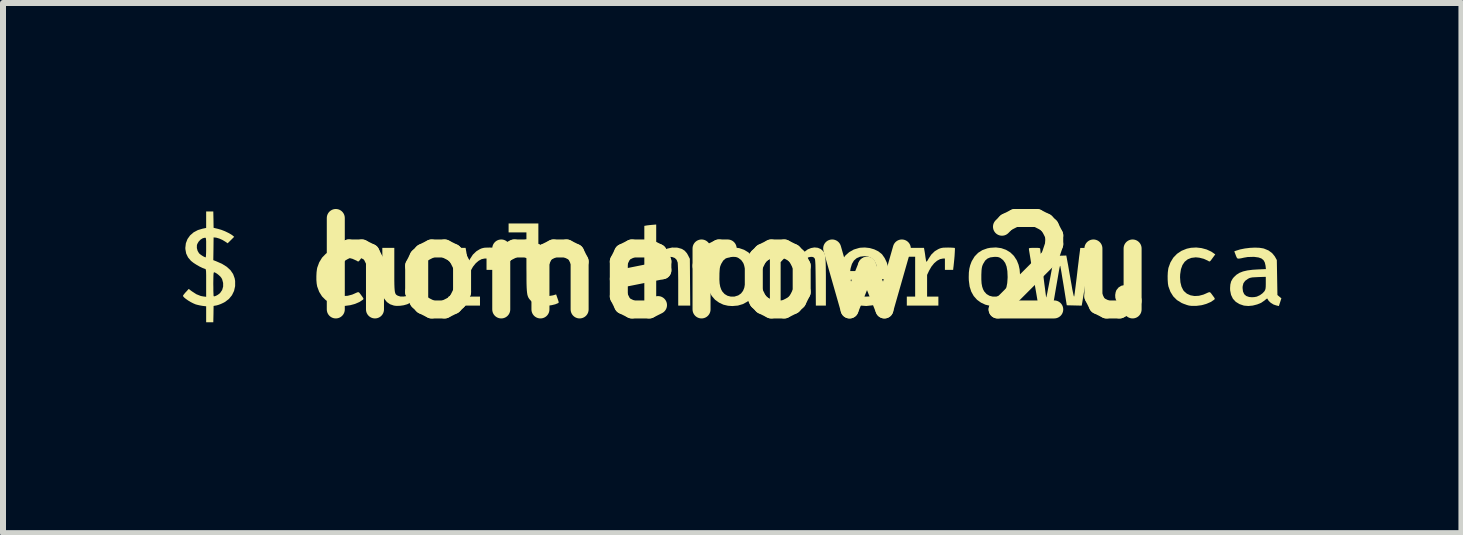
<source format=kicad_pcb>
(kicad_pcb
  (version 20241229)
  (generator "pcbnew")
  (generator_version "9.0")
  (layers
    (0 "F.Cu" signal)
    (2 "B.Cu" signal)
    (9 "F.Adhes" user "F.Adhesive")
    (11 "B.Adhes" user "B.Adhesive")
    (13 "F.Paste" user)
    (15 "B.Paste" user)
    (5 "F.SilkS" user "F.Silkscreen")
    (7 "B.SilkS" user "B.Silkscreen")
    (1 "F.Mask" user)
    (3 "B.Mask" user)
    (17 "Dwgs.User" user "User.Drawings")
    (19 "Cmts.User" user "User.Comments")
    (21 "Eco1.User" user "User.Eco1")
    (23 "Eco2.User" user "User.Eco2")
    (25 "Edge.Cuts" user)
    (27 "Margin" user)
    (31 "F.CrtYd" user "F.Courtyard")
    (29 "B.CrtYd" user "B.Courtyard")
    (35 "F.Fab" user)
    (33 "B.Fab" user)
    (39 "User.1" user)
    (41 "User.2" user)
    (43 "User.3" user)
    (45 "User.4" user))
  (footprint "homerow 2u"
    (layer "F.Cu")
    (at 9.187 1.418)
    (property "Reference" "homerow 2u" (at 0 0 0) (layer "F.SilkS") (effects (font (size 1.524 1.524) (thickness 0.3))))
    (attr board_only exclude_from_pos_files exclude_from_bom)
    (fp_poly (pts (xy 6.576 0.292) (xy 6.624 0.317) (xy 6.66 0.356) (xy 6.682 0.406) (xy 6.687 0.456) (xy 6.679 0.514) (xy 6.655 0.563) (xy 6.618 0.6) (xy 6.571 0.624) (xy 6.518 0.633) (xy 6.465 0.625) (xy 6.432 0.607) (xy 6.397 0.578) (xy 6.37 0.544) (xy 6.364 0.534) (xy 6.352 0.495) (xy 6.35 0.448) (xy 6.358 0.401) (xy 6.37 0.368) (xy 6.406 0.323) (xy 6.451 0.295) (xy 6.507 0.283) (xy 6.519 0.283)) (stroke (width 0) (type solid)) (fill yes) (layer "F.SilkS"))
    (fp_poly (pts (xy -1.3 -0.206) (xy -1.26 -0.242) (xy -1.193 -0.291) (xy -1.116 -0.324) (xy -1.036 -0.342) (xy -0.956 -0.341) (xy -0.941 -0.339) (xy -0.877 -0.321) (xy -0.827 -0.291) (xy -0.788 -0.247) (xy -0.769 -0.213) (xy -0.739 -0.154) (xy -0.736 0.236) (xy -0.733 0.625) (xy -0.933 0.625) (xy -0.933 0.285) (xy -0.933 0.203) (xy -0.934 0.126) (xy -0.935 0.056) (xy -0.937 -0.003) (xy -0.939 -0.05) (xy -0.941 -0.082) (xy -0.942 -0.093) (xy -0.96 -0.138) (xy -0.99 -0.168) (xy -1.034 -0.184) (xy -1.055 -0.186) (xy -1.106 -0.186) (xy -1.149 -0.176) (xy -1.192 -0.152) (xy -1.239 -0.114) (xy -1.241 -0.112) (xy -1.3 -0.057) (xy -1.3 0.625) (xy -1.498 0.625) (xy -1.498 -0.703) (xy -1.471 -0.708) (xy -1.447 -0.712) (xy -1.412 -0.716) (xy -1.372 -0.72) (xy -1.3 -0.726)) (stroke (width 0) (type solid)) (fill yes) (layer "F.SilkS"))
    (fp_poly (pts (xy -4.032 -0.341) (xy -3.995 -0.339) (xy -3.971 -0.337) (xy -3.963 -0.335) (xy -3.961 -0.323) (xy -3.962 -0.295) (xy -3.964 -0.254) (xy -3.967 -0.203) (xy -3.972 -0.147) (xy -3.978 -0.088) (xy -3.984 -0.03) (xy -3.985 -0.017) (xy -3.991 0.03) (xy -4.128 0.03) (xy -4.128 -0.159) (xy -4.159 -0.159) (xy -4.209 -0.149) (xy -4.259 -0.122) (xy -4.308 -0.08) (xy -4.353 -0.024) (xy -4.391 0.042) (xy -4.425 0.114) (xy -4.425 0.476) (xy -4.237 0.476) (xy -4.237 0.625) (xy -4.763 0.625) (xy -4.763 0.476) (xy -4.624 0.476) (xy -4.624 -0.189) (xy -4.763 -0.189) (xy -4.763 -0.337) (xy -4.477 -0.337) (xy -4.466 -0.275) (xy -4.459 -0.231) (xy -4.452 -0.185) (xy -4.449 -0.161) (xy -4.444 -0.131) (xy -4.439 -0.11) (xy -4.436 -0.105) (xy -4.428 -0.111) (xy -4.415 -0.13) (xy -4.401 -0.155) (xy -4.355 -0.225) (xy -4.296 -0.281) (xy -4.238 -0.316) (xy -4.21 -0.328) (xy -4.184 -0.335) (xy -4.155 -0.34) (xy -4.117 -0.341) (xy -4.076 -0.342)) (stroke (width 0) (type solid)) (fill yes) (layer "F.SilkS"))
    (fp_poly (pts (xy 3.608 -0.341) (xy 3.645 -0.339) (xy 3.669 -0.337) (xy 3.677 -0.335) (xy 3.679 -0.323) (xy 3.678 -0.295) (xy 3.676 -0.254) (xy 3.673 -0.203) (xy 3.668 -0.147) (xy 3.662 -0.088) (xy 3.656 -0.03) (xy 3.654 -0.017) (xy 3.649 0.03) (xy 3.512 0.03) (xy 3.512 -0.159) (xy 3.481 -0.159) (xy 3.431 -0.149) (xy 3.381 -0.122) (xy 3.332 -0.08) (xy 3.287 -0.024) (xy 3.249 0.042) (xy 3.215 0.114) (xy 3.215 0.476) (xy 3.403 0.476) (xy 3.403 0.625) (xy 2.877 0.625) (xy 2.877 0.476) (xy 3.016 0.476) (xy 3.016 -0.189) (xy 2.877 -0.189) (xy 2.877 -0.337) (xy 3.163 -0.337) (xy 3.174 -0.275) (xy 3.181 -0.231) (xy 3.187 -0.185) (xy 3.191 -0.161) (xy 3.196 -0.131) (xy 3.201 -0.11) (xy 3.204 -0.105) (xy 3.211 -0.111) (xy 3.225 -0.13) (xy 3.239 -0.155) (xy 3.285 -0.225) (xy 3.343 -0.281) (xy 3.402 -0.316) (xy 3.43 -0.328) (xy 3.455 -0.335) (xy 3.485 -0.34) (xy 3.523 -0.341) (xy 3.564 -0.342)) (stroke (width 0) (type solid)) (fill yes) (layer "F.SilkS"))
    (fp_poly (pts (xy -5.665 0.025) (xy -5.665 0.126) (xy -5.665 0.208) (xy -5.664 0.274) (xy -5.662 0.327) (xy -5.659 0.367) (xy -5.655 0.397) (xy -5.649 0.419) (xy -5.641 0.435) (xy -5.631 0.446) (xy -5.619 0.454) (xy -5.606 0.461) (xy -5.565 0.474) (xy -5.514 0.475) (xy -5.463 0.467) (xy -5.428 0.454) (xy -5.395 0.434) (xy -5.359 0.407) (xy -5.341 0.39) (xy -5.298 0.348) (xy -5.298 -0.337) (xy -5.1 -0.337) (xy -5.1 0.625) (xy -5.278 0.625) (xy -5.278 0.587) (xy -5.28 0.552) (xy -5.284 0.519) (xy -5.285 0.517) (xy -5.291 0.486) (xy -5.344 0.535) (xy -5.386 0.568) (xy -5.43 0.594) (xy -5.452 0.604) (xy -5.509 0.62) (xy -5.573 0.629) (xy -5.634 0.63) (xy -5.672 0.625) (xy -5.736 0.603) (xy -5.789 0.566) (xy -5.831 0.513) (xy -5.84 0.496) (xy -5.845 0.486) (xy -5.849 0.474) (xy -5.852 0.458) (xy -5.854 0.436) (xy -5.856 0.405) (xy -5.858 0.365) (xy -5.859 0.313) (xy -5.86 0.247) (xy -5.861 0.165) (xy -5.862 0.065) (xy -5.862 0.062) (xy -5.865 -0.337) (xy -5.665 -0.337)) (stroke (width 0) (type solid)) (fill yes) (layer "F.SilkS"))
    (fp_poly (pts (xy -3.264 -0.176) (xy -3.264 -0.052) (xy -3.264 0.053) (xy -3.264 0.142) (xy -3.263 0.215) (xy -3.262 0.274) (xy -3.26 0.322) (xy -3.258 0.359) (xy -3.254 0.387) (xy -3.25 0.407) (xy -3.244 0.422) (xy -3.237 0.432) (xy -3.228 0.439) (xy -3.217 0.445) (xy -3.205 0.451) (xy -3.205 0.452) (xy -3.171 0.461) (xy -3.126 0.466) (xy -3.076 0.464) (xy -3.028 0.456) (xy -3.014 0.453) (xy -2.968 0.439) (xy -2.944 0.508) (xy -2.932 0.543) (xy -2.926 0.564) (xy -2.926 0.576) (xy -2.932 0.583) (xy -2.939 0.586) (xy -2.983 0.604) (xy -3.041 0.618) (xy -3.104 0.627) (xy -3.167 0.631) (xy -3.222 0.628) (xy -3.241 0.625) (xy -3.312 0.601) (xy -3.374 0.559) (xy -3.396 0.537) (xy -3.41 0.521) (xy -3.422 0.505) (xy -3.432 0.488) (xy -3.44 0.468) (xy -3.447 0.444) (xy -3.452 0.413) (xy -3.456 0.374) (xy -3.459 0.325) (xy -3.461 0.265) (xy -3.462 0.191) (xy -3.462 0.103) (xy -3.463 -0.003) (xy -3.463 -0.101) (xy -3.463 -0.595) (xy -3.76 -0.595) (xy -3.76 -0.744) (xy -3.264 -0.744)) (stroke (width 0) (type solid)) (fill yes) (layer "F.SilkS"))
    (fp_poly (pts (xy -6.399 -0.333) (xy -6.314 -0.31) (xy -6.238 -0.275) (xy -6.212 -0.257) (xy -6.171 -0.228) (xy -6.201 -0.186) (xy -6.228 -0.149) (xy -6.246 -0.125) (xy -6.258 -0.113) (xy -6.267 -0.11) (xy -6.278 -0.113) (xy -6.291 -0.122) (xy -6.293 -0.123) (xy -6.362 -0.154) (xy -6.436 -0.173) (xy -6.496 -0.179) (xy -6.568 -0.17) (xy -6.63 -0.146) (xy -6.679 -0.106) (xy -6.717 -0.051) (xy -6.742 0.019) (xy -6.755 0.104) (xy -6.757 0.153) (xy -6.751 0.237) (xy -6.733 0.31) (xy -6.705 0.368) (xy -6.692 0.385) (xy -6.643 0.427) (xy -6.584 0.454) (xy -6.516 0.466) (xy -6.443 0.462) (xy -6.367 0.442) (xy -6.332 0.427) (xy -6.299 0.412) (xy -6.277 0.403) (xy -6.261 0.402) (xy -6.247 0.412) (xy -6.23 0.434) (xy -6.205 0.468) (xy -6.202 0.472) (xy -6.185 0.497) (xy -6.179 0.512) (xy -6.182 0.521) (xy -6.189 0.528) (xy -6.247 0.566) (xy -6.319 0.597) (xy -6.4 0.619) (xy -6.484 0.63) (xy -6.566 0.63) (xy -6.608 0.625) (xy -6.645 0.615) (xy -6.689 0.599) (xy -6.732 0.581) (xy -6.734 0.58) (xy -6.809 0.533) (xy -6.87 0.472) (xy -6.917 0.397) (xy -6.95 0.308) (xy -6.951 0.305) (xy -6.959 0.258) (xy -6.964 0.199) (xy -6.964 0.134) (xy -6.961 0.071) (xy -6.954 0.016) (xy -6.95 -0.005) (xy -6.917 -0.095) (xy -6.869 -0.174) (xy -6.807 -0.238) (xy -6.732 -0.288) (xy -6.645 -0.323) (xy -6.575 -0.338) (xy -6.488 -0.343)) (stroke (width 0) (type solid)) (fill yes) (layer "F.SilkS"))
    (fp_poly (pts (xy 7.789 -0.333) (xy 7.874 -0.31) (xy 7.95 -0.275) (xy 7.977 -0.257) (xy 8.018 -0.228) (xy 7.987 -0.186) (xy 7.96 -0.149) (xy 7.942 -0.125) (xy 7.93 -0.113) (xy 7.921 -0.11) (xy 7.911 -0.113) (xy 7.897 -0.122) (xy 7.895 -0.123) (xy 7.827 -0.154) (xy 7.752 -0.173) (xy 7.693 -0.179) (xy 7.62 -0.17) (xy 7.559 -0.146) (xy 7.509 -0.106) (xy 7.471 -0.051) (xy 7.446 0.019) (xy 7.433 0.104) (xy 7.431 0.153) (xy 7.437 0.237) (xy 7.455 0.31) (xy 7.484 0.368) (xy 7.497 0.385) (xy 7.545 0.427) (xy 7.605 0.454) (xy 7.672 0.466) (xy 7.745 0.462) (xy 7.821 0.442) (xy 7.856 0.427) (xy 7.889 0.412) (xy 7.911 0.403) (xy 7.927 0.402) (xy 7.941 0.412) (xy 7.958 0.434) (xy 7.983 0.468) (xy 7.986 0.472) (xy 8.004 0.497) (xy 8.01 0.512) (xy 8.006 0.521) (xy 7.999 0.528) (xy 7.941 0.566) (xy 7.869 0.597) (xy 7.789 0.619) (xy 7.704 0.63) (xy 7.622 0.63) (xy 7.58 0.625) (xy 7.544 0.615) (xy 7.499 0.599) (xy 7.456 0.581) (xy 7.455 0.58) (xy 7.379 0.533) (xy 7.318 0.472) (xy 7.271 0.397) (xy 7.238 0.308) (xy 7.237 0.305) (xy 7.229 0.258) (xy 7.225 0.199) (xy 7.224 0.134) (xy 7.227 0.071) (xy 7.234 0.016) (xy 7.238 -0.005) (xy 7.271 -0.095) (xy 7.319 -0.174) (xy 7.381 -0.238) (xy 7.456 -0.288) (xy 7.543 -0.323) (xy 7.613 -0.338) (xy 7.701 -0.343)) (stroke (width 0) (type solid)) (fill yes) (layer "F.SilkS"))
    (fp_poly (pts (xy 0.085 -0.332) (xy 0.166 -0.304) (xy 0.237 -0.261) (xy 0.296 -0.203) (xy 0.343 -0.132) (xy 0.347 -0.124) (xy 0.374 -0.054) (xy 0.391 0.022) (xy 0.399 0.109) (xy 0.399 0.149) (xy 0.391 0.256) (xy 0.368 0.351) (xy 0.331 0.434) (xy 0.281 0.504) (xy 0.219 0.56) (xy 0.146 0.6) (xy 0.062 0.625) (xy -0.032 0.633) (xy -0.104 0.628) (xy -0.18 0.61) (xy -0.252 0.576) (xy -0.315 0.531) (xy -0.318 0.529) (xy -0.373 0.466) (xy -0.414 0.393) (xy -0.441 0.308) (xy -0.455 0.21) (xy -0.455 0.191) (xy -0.247 0.191) (xy -0.243 0.256) (xy -0.233 0.31) (xy -0.217 0.356) (xy -0.198 0.391) (xy -0.16 0.433) (xy -0.111 0.462) (xy -0.055 0.476) (xy 0.005 0.475) (xy 0.063 0.457) (xy 0.07 0.454) (xy 0.114 0.423) (xy 0.147 0.38) (xy 0.171 0.322) (xy 0.186 0.249) (xy 0.192 0.16) (xy 0.192 0.144) (xy 0.187 0.051) (xy 0.174 -0.025) (xy 0.151 -0.085) (xy 0.118 -0.132) (xy 0.074 -0.166) (xy 0.048 -0.179) (xy 0.022 -0.185) (xy -0.012 -0.187) (xy -0.036 -0.186) (xy -0.097 -0.178) (xy -0.145 -0.158) (xy -0.183 -0.125) (xy -0.214 -0.074) (xy -0.215 -0.073) (xy -0.226 -0.047) (xy -0.235 -0.022) (xy -0.24 0.005) (xy -0.243 0.04) (xy -0.246 0.089) (xy -0.246 0.109) (xy -0.247 0.191) (xy -0.455 0.191) (xy -0.456 0.152) (xy -0.454 0.075) (xy -0.447 0.011) (xy -0.433 -0.046) (xy -0.412 -0.103) (xy -0.404 -0.118) (xy -0.359 -0.194) (xy -0.3 -0.254) (xy -0.229 -0.299) (xy -0.145 -0.329) (xy -0.098 -0.338) (xy -0.004 -0.344)) (stroke (width 0) (type solid)) (fill yes) (layer "F.SilkS"))
    (fp_poly (pts (xy 4.451 -0.332) (xy 4.531 -0.304) (xy 4.602 -0.261) (xy 4.662 -0.203) (xy 4.708 -0.132) (xy 4.712 -0.124) (xy 4.74 -0.054) (xy 4.757 0.022) (xy 4.764 0.109) (xy 4.765 0.149) (xy 4.757 0.256) (xy 4.734 0.351) (xy 4.697 0.434) (xy 4.647 0.504) (xy 4.585 0.56) (xy 4.511 0.6) (xy 4.427 0.625) (xy 4.334 0.633) (xy 4.261 0.628) (xy 4.186 0.61) (xy 4.113 0.576) (xy 4.051 0.531) (xy 4.048 0.529) (xy 3.992 0.466) (xy 3.951 0.393) (xy 3.924 0.308) (xy 3.911 0.21) (xy 3.91 0.191) (xy 4.119 0.191) (xy 4.123 0.256) (xy 4.133 0.31) (xy 4.149 0.356) (xy 4.168 0.391) (xy 4.206 0.433) (xy 4.255 0.462) (xy 4.311 0.476) (xy 4.37 0.475) (xy 4.429 0.457) (xy 4.435 0.454) (xy 4.479 0.423) (xy 4.513 0.38) (xy 4.537 0.322) (xy 4.551 0.249) (xy 4.557 0.16) (xy 4.557 0.144) (xy 4.553 0.051) (xy 4.54 -0.025) (xy 4.517 -0.085) (xy 4.483 -0.132) (xy 4.44 -0.166) (xy 4.414 -0.179) (xy 4.388 -0.185) (xy 4.354 -0.187) (xy 4.33 -0.186) (xy 4.268 -0.178) (xy 4.221 -0.158) (xy 4.183 -0.125) (xy 4.152 -0.074) (xy 4.151 -0.073) (xy 4.139 -0.047) (xy 4.131 -0.022) (xy 4.126 0.005) (xy 4.122 0.04) (xy 4.12 0.089) (xy 4.119 0.109) (xy 4.119 0.191) (xy 3.91 0.191) (xy 3.909 0.152) (xy 3.911 0.075) (xy 3.919 0.011) (xy 3.933 -0.046) (xy 3.954 -0.103) (xy 3.961 -0.118) (xy 4.007 -0.194) (xy 4.065 -0.254) (xy 4.136 -0.299) (xy 4.22 -0.329) (xy 4.268 -0.338) (xy 4.362 -0.344)) (stroke (width 0) (type solid)) (fill yes) (layer "F.SilkS"))
    (fp_poly (pts (xy 2.258 -0.334) (xy 2.334 -0.312) (xy 2.402 -0.279) (xy 2.457 -0.236) (xy 2.466 -0.227) (xy 2.509 -0.165) (xy 2.544 -0.091) (xy 2.567 -0.008) (xy 2.578 0.078) (xy 2.578 0.13) (xy 2.575 0.184) (xy 2.255 0.186) (xy 2.168 0.187) (xy 2.093 0.189) (xy 2.03 0.19) (xy 1.982 0.192) (xy 1.95 0.195) (xy 1.935 0.197) (xy 1.935 0.198) (xy 1.938 0.224) (xy 1.946 0.261) (xy 1.957 0.3) (xy 1.969 0.334) (xy 1.975 0.348) (xy 2.012 0.4) (xy 2.062 0.439) (xy 2.121 0.465) (xy 2.188 0.476) (xy 2.26 0.472) (xy 2.335 0.453) (xy 2.382 0.433) (xy 2.415 0.417) (xy 2.441 0.405) (xy 2.455 0.4) (xy 2.456 0.4) (xy 2.462 0.408) (xy 2.477 0.428) (xy 2.497 0.456) (xy 2.499 0.459) (xy 2.541 0.516) (xy 2.494 0.546) (xy 2.402 0.592) (xy 2.304 0.621) (xy 2.201 0.632) (xy 2.097 0.624) (xy 2.097 0.624) (xy 2.011 0.602) (xy 1.938 0.567) (xy 1.877 0.521) (xy 1.821 0.459) (xy 1.779 0.39) (xy 1.752 0.312) (xy 1.737 0.222) (xy 1.733 0.144) (xy 1.74 0.05) (xy 1.933 0.05) (xy 2.384 0.05) (xy 2.378 -0.006) (xy 2.363 -0.072) (xy 2.333 -0.126) (xy 2.29 -0.165) (xy 2.234 -0.19) (xy 2.168 -0.198) (xy 2.099 -0.19) (xy 2.041 -0.165) (xy 1.995 -0.125) (xy 1.962 -0.069) (xy 1.941 0.001) (xy 1.94 0.007) (xy 1.933 0.05) (xy 1.74 0.05) (xy 1.741 0.039) (xy 1.764 -0.056) (xy 1.802 -0.139) (xy 1.853 -0.209) (xy 1.917 -0.266) (xy 1.993 -0.309) (xy 2.08 -0.335) (xy 2.1 -0.339) (xy 2.178 -0.343)) (stroke (width 0) (type solid)) (fill yes) (layer "F.SilkS"))
    (fp_poly (pts (xy 1.005 -0.339) (xy 1.013 -0.337) (xy 1.044 -0.324) (xy 1.076 -0.303) (xy 1.102 -0.278) (xy 1.118 -0.255) (xy 1.121 -0.244) (xy 1.123 -0.23) (xy 1.124 -0.228) (xy 1.133 -0.235) (xy 1.151 -0.251) (xy 1.174 -0.273) (xy 1.225 -0.311) (xy 1.281 -0.334) (xy 1.338 -0.344) (xy 1.394 -0.338) (xy 1.443 -0.317) (xy 1.468 -0.296) (xy 1.482 -0.281) (xy 1.494 -0.266) (xy 1.503 -0.247) (xy 1.511 -0.224) (xy 1.517 -0.194) (xy 1.521 -0.156) (xy 1.524 -0.108) (xy 1.526 -0.048) (xy 1.527 0.027) (xy 1.528 0.118) (xy 1.528 0.226) (xy 1.528 0.625) (xy 1.361 0.625) (xy 1.358 0.239) (xy 1.357 0.141) (xy 1.356 0.061) (xy 1.355 -0.003) (xy 1.354 -0.053) (xy 1.352 -0.09) (xy 1.35 -0.118) (xy 1.348 -0.138) (xy 1.345 -0.151) (xy 1.341 -0.16) (xy 1.336 -0.167) (xy 1.335 -0.169) (xy 1.318 -0.182) (xy 1.297 -0.187) (xy 1.27 -0.186) (xy 1.241 -0.18) (xy 1.217 -0.167) (xy 1.191 -0.143) (xy 1.184 -0.136) (xy 1.141 -0.09) (xy 1.141 0.625) (xy 0.982 0.625) (xy 0.982 0.246) (xy 0.982 0.142) (xy 0.982 0.057) (xy 0.981 -0.011) (xy 0.979 -0.065) (xy 0.977 -0.107) (xy 0.973 -0.137) (xy 0.967 -0.158) (xy 0.96 -0.172) (xy 0.952 -0.18) (xy 0.94 -0.184) (xy 0.927 -0.186) (xy 0.924 -0.187) (xy 0.875 -0.182) (xy 0.83 -0.158) (xy 0.804 -0.132) (xy 0.774 -0.099) (xy 0.774 0.625) (xy 0.595 0.625) (xy 0.595 -0.337) (xy 0.742 -0.337) (xy 0.749 -0.283) (xy 0.754 -0.253) (xy 0.76 -0.233) (xy 0.764 -0.228) (xy 0.774 -0.236) (xy 0.788 -0.254) (xy 0.788 -0.254) (xy 0.814 -0.281) (xy 0.851 -0.307) (xy 0.892 -0.329) (xy 0.931 -0.342) (xy 0.932 -0.342) (xy 0.967 -0.344)) (stroke (width 0) (type solid)) (fill yes) (layer "F.SilkS"))
    (fp_poly (pts (xy 8.755 -0.338) (xy 8.819 -0.328) (xy 8.832 -0.324) (xy 8.905 -0.294) (xy 8.965 -0.25) (xy 9.01 -0.195) (xy 9.013 -0.189) (xy 9.044 -0.134) (xy 9.049 0.157) (xy 9.054 0.449) (xy 9.087 0.477) (xy 9.12 0.504) (xy 9.099 0.569) (xy 9.078 0.633) (xy 9.036 0.623) (xy 8.988 0.607) (xy 8.944 0.58) (xy 8.91 0.548) (xy 8.903 0.538) (xy 8.891 0.518) (xy 8.884 0.507) (xy 8.884 0.507) (xy 8.875 0.511) (xy 8.857 0.525) (xy 8.837 0.542) (xy 8.783 0.579) (xy 8.717 0.606) (xy 8.643 0.625) (xy 8.569 0.632) (xy 8.5 0.626) (xy 8.494 0.625) (xy 8.42 0.6) (xy 8.359 0.562) (xy 8.312 0.511) (xy 8.281 0.447) (xy 8.266 0.372) (xy 8.265 0.339) (xy 8.265 0.331) (xy 8.473 0.331) (xy 8.48 0.39) (xy 8.5 0.435) (xy 8.534 0.465) (xy 8.582 0.482) (xy 8.628 0.486) (xy 8.666 0.484) (xy 8.701 0.478) (xy 8.712 0.475) (xy 8.762 0.452) (xy 8.805 0.421) (xy 8.837 0.387) (xy 8.84 0.382) (xy 8.85 0.363) (xy 8.856 0.341) (xy 8.859 0.31) (xy 8.86 0.266) (xy 8.86 0.248) (xy 8.86 0.146) (xy 8.734 0.15) (xy 8.679 0.153) (xy 8.64 0.155) (xy 8.612 0.16) (xy 8.589 0.166) (xy 8.569 0.176) (xy 8.563 0.179) (xy 8.517 0.212) (xy 8.488 0.251) (xy 8.475 0.301) (xy 8.473 0.331) (xy 8.265 0.331) (xy 8.269 0.275) (xy 8.282 0.223) (xy 8.307 0.178) (xy 8.327 0.153) (xy 8.37 0.112) (xy 8.42 0.08) (xy 8.481 0.056) (xy 8.554 0.039) (xy 8.642 0.028) (xy 8.72 0.023) (xy 8.862 0.017) (xy 8.856 -0.039) (xy 8.844 -0.092) (xy 8.822 -0.132) (xy 8.787 -0.16) (xy 8.738 -0.177) (xy 8.672 -0.186) (xy 8.662 -0.187) (xy 8.558 -0.184) (xy 8.498 -0.174) (xy 8.449 -0.163) (xy 8.416 -0.158) (xy 8.395 -0.158) (xy 8.382 -0.166) (xy 8.372 -0.183) (xy 8.361 -0.209) (xy 8.359 -0.216) (xy 8.335 -0.279) (xy 8.362 -0.289) (xy 8.433 -0.311) (xy 8.513 -0.327) (xy 8.597 -0.337) (xy 8.679 -0.341)) (stroke (width 0) (type solid)) (fill yes) (layer "F.SilkS"))
    (fp_poly (pts (xy 5.05 -0.337) (xy 5.078 -0.335) (xy 5.093 -0.332) (xy 5.099 -0.326) (xy 5.1 -0.32) (xy 5.102 -0.304) (xy 5.105 -0.271) (xy 5.11 -0.225) (xy 5.117 -0.167) (xy 5.125 -0.1) (xy 5.134 -0.028) (xy 5.143 0.049) (xy 5.153 0.126) (xy 5.162 0.203) (xy 5.171 0.275) (xy 5.18 0.341) (xy 5.187 0.398) (xy 5.193 0.443) (xy 5.197 0.475) (xy 5.2 0.49) (xy 5.2 0.491) (xy 5.203 0.482) (xy 5.209 0.457) (xy 5.218 0.416) (xy 5.228 0.362) (xy 5.241 0.297) (xy 5.255 0.223) (xy 5.27 0.146) (xy 5.335 -0.203) (xy 5.435 -0.206) (xy 5.535 -0.209) (xy 5.544 -0.162) (xy 5.548 -0.14) (xy 5.555 -0.102) (xy 5.565 -0.05) (xy 5.576 0.014) (xy 5.588 0.085) (xy 5.602 0.162) (xy 5.607 0.193) (xy 5.623 0.282) (xy 5.635 0.353) (xy 5.646 0.406) (xy 5.654 0.443) (xy 5.66 0.466) (xy 5.664 0.475) (xy 5.667 0.471) (xy 5.667 0.471) (xy 5.67 0.455) (xy 5.675 0.421) (xy 5.681 0.373) (xy 5.689 0.311) (xy 5.698 0.239) (xy 5.708 0.159) (xy 5.718 0.074) (xy 5.72 0.055) (xy 5.73 -0.03) (xy 5.74 -0.109) (xy 5.748 -0.18) (xy 5.756 -0.239) (xy 5.762 -0.286) (xy 5.766 -0.319) (xy 5.768 -0.334) (xy 5.769 -0.335) (xy 5.779 -0.336) (xy 5.805 -0.336) (xy 5.842 -0.336) (xy 5.86 -0.335) (xy 5.949 -0.332) (xy 5.882 0.079) (xy 5.867 0.17) (xy 5.853 0.257) (xy 5.84 0.338) (xy 5.828 0.411) (xy 5.818 0.472) (xy 5.81 0.52) (xy 5.805 0.551) (xy 5.804 0.558) (xy 5.792 0.626) (xy 5.668 0.623) (xy 5.543 0.62) (xy 5.491 0.294) (xy 5.478 0.216) (xy 5.466 0.145) (xy 5.456 0.082) (xy 5.447 0.03) (xy 5.44 -0.008) (xy 5.436 -0.031) (xy 5.434 -0.036) (xy 5.432 -0.037) (xy 5.43 -0.035) (xy 5.428 -0.028) (xy 5.424 -0.013) (xy 5.419 0.01) (xy 5.413 0.043) (xy 5.405 0.089) (xy 5.395 0.149) (xy 5.382 0.224) (xy 5.366 0.315) (xy 5.313 0.625) (xy 5.071 0.625) (xy 5.061 0.573) (xy 5.056 0.547) (xy 5.049 0.506) (xy 5.04 0.452) (xy 5.029 0.388) (xy 5.016 0.315) (xy 5.003 0.237) (xy 4.989 0.156) (xy 4.976 0.074) (xy 4.962 -0.006) (xy 4.949 -0.083) (xy 4.938 -0.153) (xy 4.928 -0.214) (xy 4.92 -0.263) (xy 4.914 -0.299) (xy 4.912 -0.319) (xy 4.911 -0.322) (xy 4.914 -0.329) (xy 4.926 -0.334) (xy 4.948 -0.336) (xy 4.986 -0.337) (xy 5.006 -0.337)) (stroke (width 0) (type solid)) (fill yes) (layer "F.SilkS"))
    (fp_poly (pts (xy -8.679 -0.807) (xy -8.677 -0.671) (xy -8.602 -0.653) (xy -8.547 -0.637) (xy -8.488 -0.614) (xy -8.432 -0.587) (xy -8.384 -0.56) (xy -8.361 -0.544) (xy -8.334 -0.521) (xy -8.388 -0.467) (xy -8.443 -0.413) (xy -8.48 -0.439) (xy -8.53 -0.469) (xy -8.582 -0.492) (xy -8.629 -0.506) (xy -8.642 -0.508) (xy -8.677 -0.511) (xy -8.679 -0.321) (xy -8.682 -0.132) (xy -8.635 -0.114) (xy -8.537 -0.071) (xy -8.457 -0.021) (xy -8.396 0.035) (xy -8.352 0.099) (xy -8.326 0.17) (xy -8.318 0.214) (xy -8.318 0.301) (xy -8.336 0.381) (xy -8.371 0.453) (xy -8.422 0.515) (xy -8.488 0.565) (xy -8.516 0.58) (xy -8.557 0.599) (xy -8.598 0.614) (xy -8.63 0.623) (xy -8.632 0.623) (xy -8.677 0.631) (xy -8.679 0.767) (xy -8.682 0.903) (xy -8.801 0.903) (xy -8.801 0.637) (xy -8.862 0.63) (xy -8.907 0.622) (xy -8.955 0.611) (xy -8.979 0.604) (xy -9.018 0.587) (xy -9.061 0.565) (xy -9.102 0.54) (xy -9.139 0.514) (xy -9.168 0.49) (xy -9.185 0.47) (xy -9.187 0.462) (xy -9.181 0.45) (xy -9.164 0.428) (xy -9.141 0.401) (xy -9.139 0.4) (xy -9.092 0.348) (xy -9.038 0.388) (xy -8.964 0.436) (xy -8.891 0.465) (xy -8.848 0.473) (xy -8.801 0.479) (xy -8.801 0.266) (xy -8.682 0.266) (xy -8.681 0.327) (xy -8.681 0.38) (xy -8.679 0.424) (xy -8.678 0.454) (xy -8.676 0.469) (xy -8.675 0.469) (xy -8.661 0.471) (xy -8.637 0.462) (xy -8.609 0.447) (xy -8.581 0.427) (xy -8.566 0.412) (xy -8.534 0.365) (xy -8.518 0.308) (xy -8.518 0.248) (xy -8.534 0.189) (xy -8.545 0.167) (xy -8.563 0.143) (xy -8.591 0.117) (xy -8.621 0.093) (xy -8.65 0.076) (xy -8.67 0.069) (xy -8.674 0.076) (xy -8.678 0.095) (xy -8.68 0.13) (xy -8.681 0.182) (xy -8.682 0.251) (xy -8.682 0.266) (xy -8.801 0.266) (xy -8.801 0.248) (xy -8.801 0.175) (xy -8.801 0.119) (xy -8.802 0.078) (xy -8.803 0.05) (xy -8.806 0.031) (xy -8.809 0.021) (xy -8.814 0.015) (xy -8.82 0.013) (xy -8.822 0.013) (xy -8.862 -0.002) (xy -8.912 -0.026) (xy -8.964 -0.056) (xy -9.012 -0.087) (xy -9.05 -0.117) (xy -9.054 -0.12) (xy -9.103 -0.178) (xy -9.134 -0.242) (xy -9.147 -0.314) (xy -9.148 -0.334) (xy -8.956 -0.334) (xy -8.943 -0.286) (xy -8.919 -0.246) (xy -8.917 -0.244) (xy -8.897 -0.227) (xy -8.87 -0.208) (xy -8.841 -0.191) (xy -8.817 -0.18) (xy -8.808 -0.179) (xy -8.806 -0.188) (xy -8.804 -0.214) (xy -8.802 -0.253) (xy -8.801 -0.302) (xy -8.801 -0.342) (xy -8.801 -0.403) (xy -8.801 -0.446) (xy -8.803 -0.475) (xy -8.805 -0.493) (xy -8.809 -0.502) (xy -8.815 -0.506) (xy -8.821 -0.506) (xy -8.858 -0.497) (xy -8.895 -0.474) (xy -8.927 -0.44) (xy -8.949 -0.401) (xy -8.955 -0.381) (xy -8.956 -0.334) (xy -9.148 -0.334) (xy -9.148 -0.338) (xy -9.139 -0.414) (xy -9.112 -0.484) (xy -9.069 -0.544) (xy -9.011 -0.595) (xy -8.94 -0.633) (xy -8.863 -0.656) (xy -8.801 -0.669) (xy -8.801 -0.943) (xy -8.682 -0.943)) (stroke (width 0) (type solid)) (fill yes) (layer "F.SilkS")))
  (gr_rect
    (start -3 -3)
    (end 21.308 5.836)
    (stroke (width 0.1) (type default))
    (fill no)
    (layer "Edge.Cuts")))
</source>
